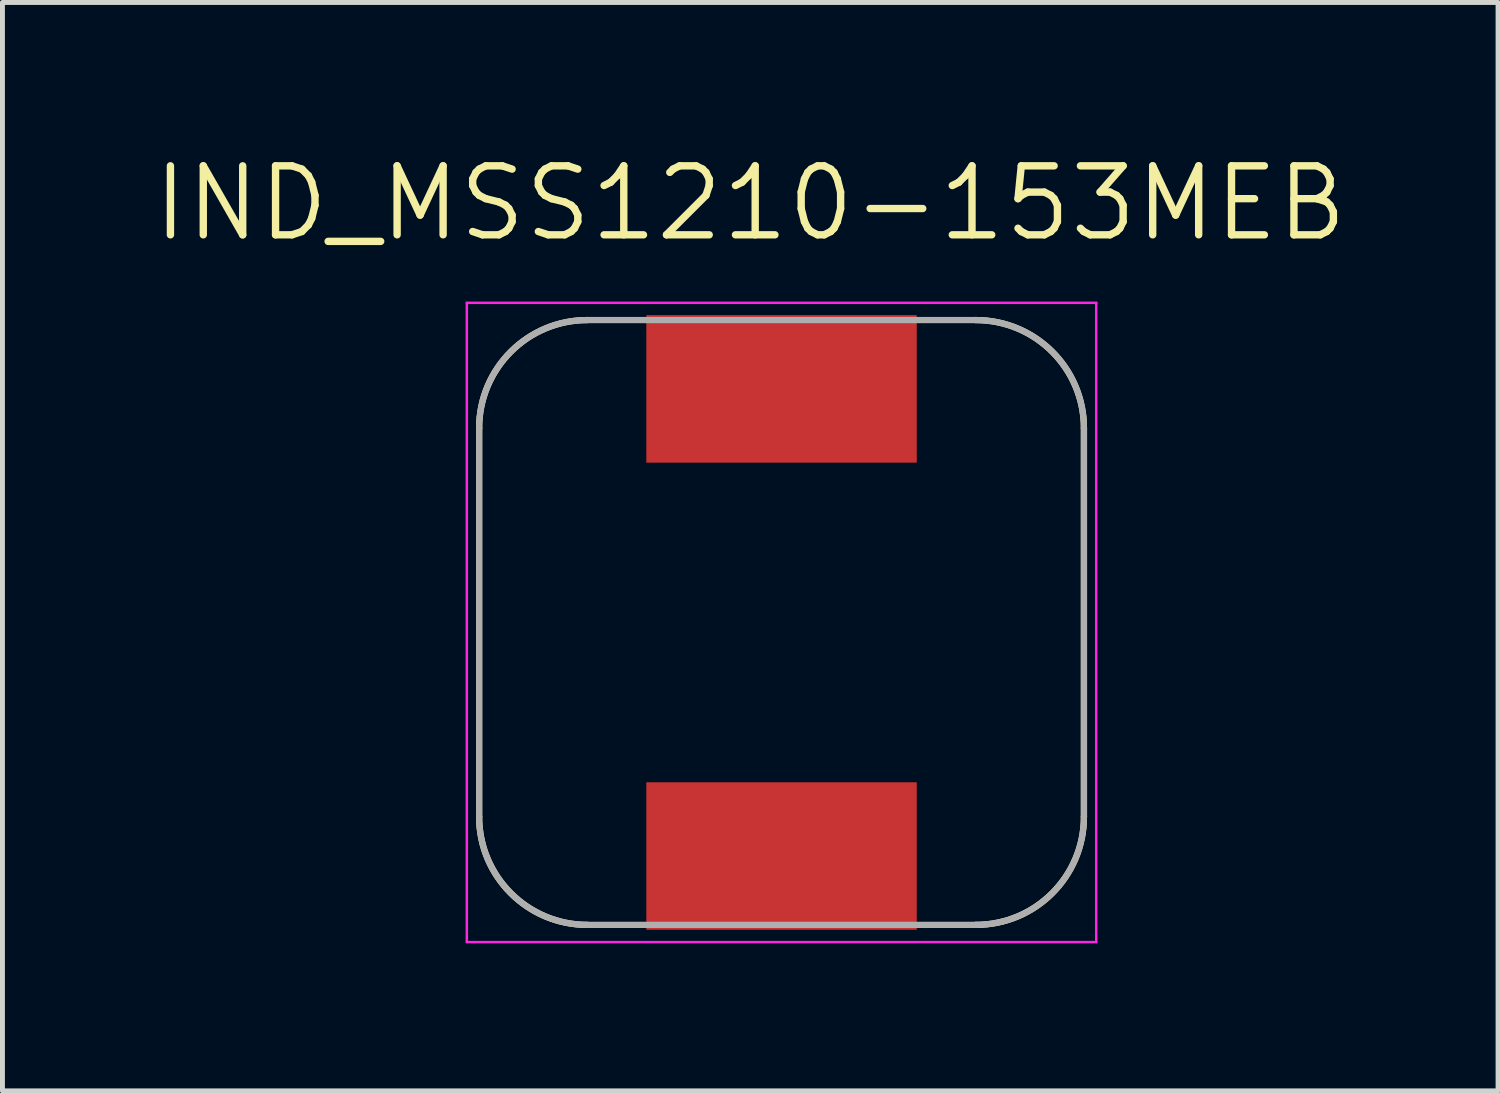
<source format=kicad_pcb>
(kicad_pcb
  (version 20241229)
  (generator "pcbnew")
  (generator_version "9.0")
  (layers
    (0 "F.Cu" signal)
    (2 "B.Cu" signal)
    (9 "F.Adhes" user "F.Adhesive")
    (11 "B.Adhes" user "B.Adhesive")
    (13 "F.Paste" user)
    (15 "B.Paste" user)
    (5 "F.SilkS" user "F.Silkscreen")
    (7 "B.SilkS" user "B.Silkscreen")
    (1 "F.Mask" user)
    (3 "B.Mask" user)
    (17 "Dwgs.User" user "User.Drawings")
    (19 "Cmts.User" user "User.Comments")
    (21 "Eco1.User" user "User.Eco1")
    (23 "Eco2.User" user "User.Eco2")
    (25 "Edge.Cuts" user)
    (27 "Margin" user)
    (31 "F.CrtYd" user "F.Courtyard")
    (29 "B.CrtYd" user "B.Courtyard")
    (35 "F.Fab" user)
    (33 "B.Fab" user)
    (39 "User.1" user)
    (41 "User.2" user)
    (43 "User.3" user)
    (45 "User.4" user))
  (footprint "IND_MSS1210-153MEB"
    (layer "F.Cu")
    (at 12.844 9.609)
    (property "Reference" "IND_MSS1210-153MEB" (at -0.636 -8.525 0) (layer "F.SilkS") (effects (font (size 1.403 1.403) (thickness 0.15))))
    (attr through_hole)
    (fp_line (start -6.15 3.95) (end -6.15 -3.95) (stroke (width 0.127) (type solid)) (layer "F.SilkS"))
    (fp_line (start 6.15 -3.95) (end 6.15 3.95) (stroke (width 0.127) (type solid)) (layer "F.SilkS"))
    (fp_arc (start -6.15 -3.95) (mid -5.505635 -5.505635) (end -3.95 -6.15) (stroke (width 0.127) (type solid)) (layer "F.SilkS"))
    (fp_arc (start -3.95 6.15) (mid -5.505635 5.505635) (end -6.15 3.95) (stroke (width 0.127) (type solid)) (layer "F.SilkS"))
    (fp_arc (start 3.95 -6.15) (mid 5.505635 -5.505635) (end 6.15 -3.95) (stroke (width 0.127) (type solid)) (layer "F.SilkS"))
    (fp_arc (start 6.15 3.95) (mid 5.505635 5.505635) (end 3.95 6.15) (stroke (width 0.127) (type solid)) (layer "F.SilkS"))
    (fp_line (start -6.4 -6.5) (end -6.4 6.5) (stroke (width 0.05) (type solid)) (layer "F.CrtYd"))
    (fp_line (start -6.4 6.5) (end 6.4 6.5) (stroke (width 0.05) (type solid)) (layer "F.CrtYd"))
    (fp_line (start 6.4 -6.5) (end -6.4 -6.5) (stroke (width 0.05) (type solid)) (layer "F.CrtYd"))
    (fp_line (start 6.4 6.5) (end 6.4 -6.5) (stroke (width 0.05) (type solid)) (layer "F.CrtYd"))
    (fp_line (start -6.15 3.95) (end -6.15 -3.95) (stroke (width 0.127) (type solid)) (layer "F.Fab"))
    (fp_line (start -3.95 -6.15) (end 3.95 -6.15) (stroke (width 0.127) (type solid)) (layer "F.Fab"))
    (fp_line (start 3.95 6.15) (end -3.95 6.15) (stroke (width 0.127) (type solid)) (layer "F.Fab"))
    (fp_line (start 6.15 -3.95) (end 6.15 3.95) (stroke (width 0.127) (type solid)) (layer "F.Fab"))
    (fp_arc (start -6.15 -3.95) (mid -5.505635 -5.505635) (end -3.95 -6.15) (stroke (width 0.127) (type solid)) (layer "F.Fab"))
    (fp_arc (start -3.95 6.15) (mid -5.505635 5.505635) (end -6.15 3.95) (stroke (width 0.127) (type solid)) (layer "F.Fab"))
    (fp_arc (start 3.95 -6.15) (mid 5.505635 -5.505635) (end 6.15 -3.95) (stroke (width 0.127) (type solid)) (layer "F.Fab"))
    (fp_arc (start 6.15 3.95) (mid 5.505635 5.505635) (end 3.95 6.15) (stroke (width 0.127) (type solid)) (layer "F.Fab"))
    (pad "1" smd rect (at 0 -4.75) (size 5.5 3) (layers "F.Cu" "F.Mask" "F.Paste"))
    (pad "2" smd rect (at 0 4.75) (size 5.5 3) (layers "F.Cu" "F.Mask" "F.Paste")))
  (gr_rect
    (start -3 -3)
    (end 27.416 19.134)
    (stroke (width 0.1) (type default))
    (fill no)
    (layer "Edge.Cuts")))
</source>
